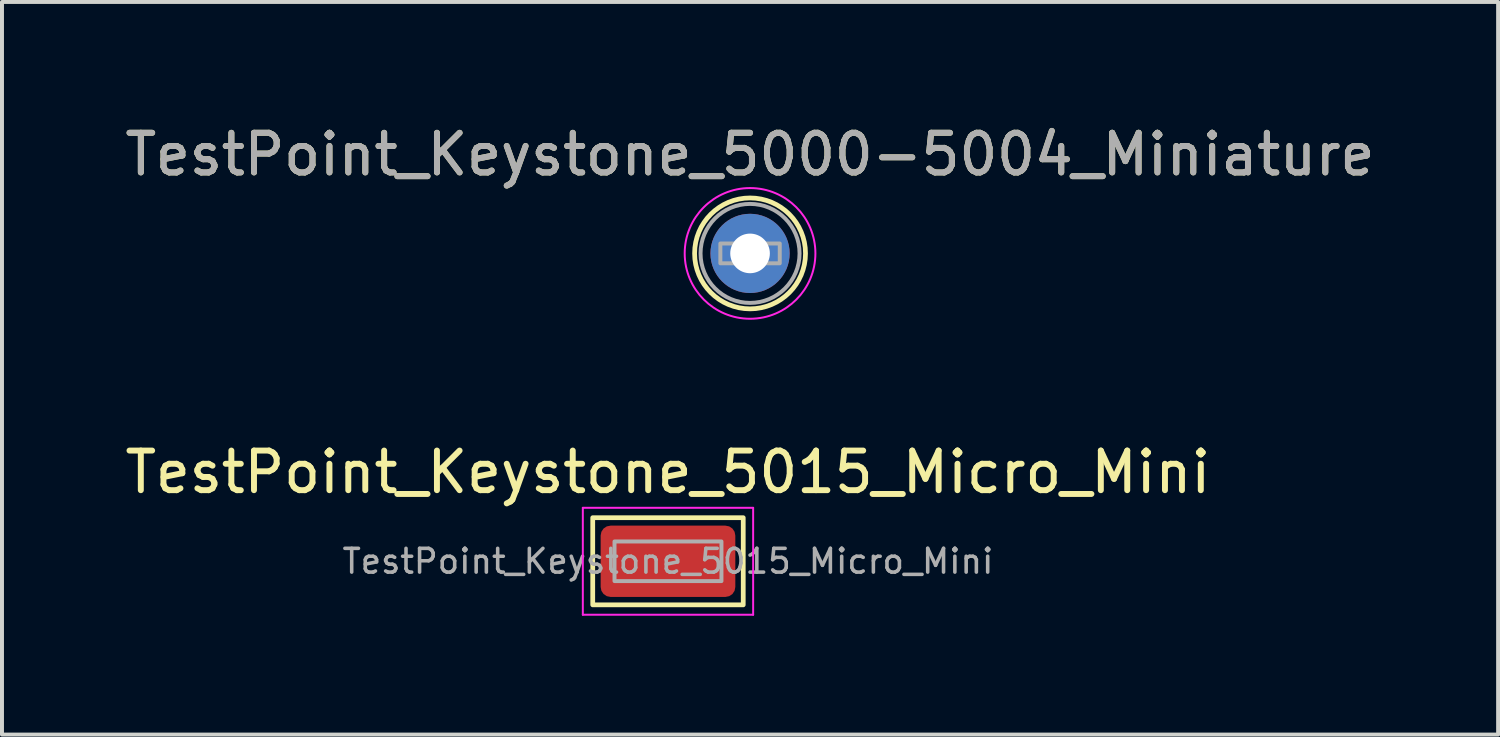
<source format=kicad_pcb>
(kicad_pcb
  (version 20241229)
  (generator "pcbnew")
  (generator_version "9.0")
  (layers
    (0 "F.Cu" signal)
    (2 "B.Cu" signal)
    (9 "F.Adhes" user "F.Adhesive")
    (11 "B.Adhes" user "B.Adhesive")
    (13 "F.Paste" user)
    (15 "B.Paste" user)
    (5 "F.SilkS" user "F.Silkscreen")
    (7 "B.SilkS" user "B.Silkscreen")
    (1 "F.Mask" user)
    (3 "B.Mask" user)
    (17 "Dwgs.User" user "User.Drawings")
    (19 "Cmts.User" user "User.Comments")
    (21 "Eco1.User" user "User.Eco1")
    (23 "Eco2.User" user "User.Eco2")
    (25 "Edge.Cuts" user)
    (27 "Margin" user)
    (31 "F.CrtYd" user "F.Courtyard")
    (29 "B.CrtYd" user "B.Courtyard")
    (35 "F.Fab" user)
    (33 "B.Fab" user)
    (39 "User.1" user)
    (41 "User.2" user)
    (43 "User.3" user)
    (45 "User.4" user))
  (footprint "TestPoint_Keystone_5015_Micro_Mini"
    (layer "F.Cu")
    (at 13.815 11.121)
    (property "Reference" "TestPoint_Keystone_5015_Micro_Mini" (at 0 -2.25 0) (layer "F.SilkS") (effects (font (size 1 1) (thickness 0.15))))
    (attr smd)
    (fp_rect (start -1.9 -1.1) (end 1.9 1.1) (stroke (width 0.12) (type default)) (fill no) (layer "F.SilkS"))
    (fp_line (start -2.15 -1.35) (end 2.15 -1.35) (stroke (width 0.05) (type solid)) (layer "F.CrtYd"))
    (fp_line (start -2.15 1.35) (end -2.15 -1.35) (stroke (width 0.05) (type solid)) (layer "F.CrtYd"))
    (fp_line (start 2.15 -1.35) (end 2.15 1.35) (stroke (width 0.05) (type solid)) (layer "F.CrtYd"))
    (fp_line (start 2.15 1.35) (end -2.15 1.35) (stroke (width 0.05) (type solid)) (layer "F.CrtYd"))
    (fp_rect (start -1.35 -0.5) (end 1.35 0.5) (stroke (width 0.1) (type default)) (fill no) (layer "F.Fab"))
    (fp_text user "${REFERENCE}" (at 0 0 0) (layer "F.Fab") (effects (font (size 0.6 0.6) (thickness 0.09))))
    (pad "1" smd roundrect (at 0 0) (size 3.4 1.8) (layers "F.Cu" "F.Mask" "F.Paste") (roundrect_rratio 0.139)))
  (footprint "TestPoint_Keystone_5000-5004_Miniature"
    (layer "F.Cu")
    (at 15.887 3.348)
    (property "Reference" "TestPoint_Keystone_5000-5004_Miniature" (at 0 -2.5 0) (layer "F.SilkS") (effects (font (size 1 1) (thickness 0.15))))
    (attr through_hole)
    (fp_circle (center 0 0) (end 1.4 0) (stroke (width 0.12) (type solid)) (fill no) (layer "F.SilkS"))
    (fp_circle (center 0 0) (end 1.65 0) (stroke (width 0.05) (type solid)) (fill no) (layer "F.CrtYd"))
    (fp_rect (start -0.75 -0.25) (end 0.75 0.25) (stroke (width 0.1) (type default)) (fill no) (layer "F.Fab"))
    (fp_circle (center 0 0) (end 1.25 0) (stroke (width 0.1) (type solid)) (fill no) (layer "F.Fab"))
    (fp_text user "${REFERENCE}" (at 0 -2.5 0) (layer "F.Fab") (effects (font (size 1 1) (thickness 0.15))))
    (pad "1" thru_hole circle (at 0 0) (size 2 2) (drill 1) (layers "*.Cu" "*.Mask")))
  (gr_rect
    (start -3 -3)
    (end 34.774 15.496)
    (stroke (width 0.1) (type default))
    (fill no)
    (layer "Edge.Cuts")))
</source>
